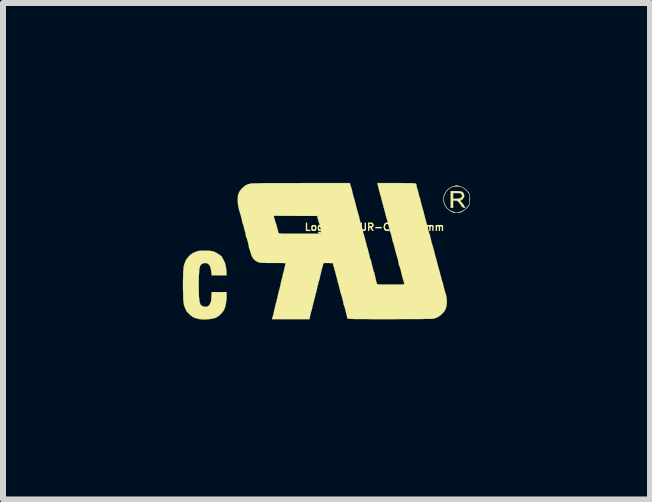
<source format=kicad_pcb>
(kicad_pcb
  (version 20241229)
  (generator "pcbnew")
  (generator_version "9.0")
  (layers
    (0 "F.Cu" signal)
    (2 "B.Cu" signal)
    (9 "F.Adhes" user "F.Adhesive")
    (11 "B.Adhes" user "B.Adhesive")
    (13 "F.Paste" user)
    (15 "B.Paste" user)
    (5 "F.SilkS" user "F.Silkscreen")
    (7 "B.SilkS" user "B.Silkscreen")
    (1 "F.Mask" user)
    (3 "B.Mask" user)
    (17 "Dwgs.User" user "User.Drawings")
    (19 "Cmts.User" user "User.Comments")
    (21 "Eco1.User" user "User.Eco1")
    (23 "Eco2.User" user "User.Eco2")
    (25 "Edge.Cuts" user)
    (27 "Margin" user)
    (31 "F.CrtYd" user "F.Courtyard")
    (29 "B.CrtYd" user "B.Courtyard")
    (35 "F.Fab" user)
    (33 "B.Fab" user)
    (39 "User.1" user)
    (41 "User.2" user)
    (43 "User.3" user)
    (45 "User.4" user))
  (footprint "Logo_silk_UR-C_5x2.5mm"
    (layer "F.Cu")
    (at 2.394 1.137)
    (property "Reference" "Logo_silk_UR-C_5x2.5mm" (at 0.8 -0.4 0) (layer "F.SilkS") (effects (font (size 0.119 0.119) (thickness 0.023))))
    (attr exclude_from_pos_files exclude_from_bom)
    (fp_poly (pts (xy 2.316 -0.729) (xy 2.311 -0.724) (xy 2.299 -0.724) (xy 2.281 -0.726) (xy 2.268 -0.732) (xy 2.266 -0.734) (xy 2.253 -0.749) (xy 2.243 -0.765) (xy 2.233 -0.782) (xy 2.217 -0.8) (xy 2.207 -0.813) (xy 2.189 -0.831) (xy 2.177 -0.838) (xy 2.162 -0.841) (xy 2.144 -0.841) (xy 2.111 -0.841) (xy 2.111 -0.782) (xy 2.111 -0.721) (xy 2.09 -0.721) (xy 2.07 -0.721) (xy 2.07 -0.861) (xy 2.07 -1.001) (xy 2.151 -1.001) (xy 2.195 -1.001) (xy 2.228 -0.998) (xy 2.253 -0.991) (xy 2.271 -0.983) (xy 2.283 -0.968) (xy 2.286 -0.963) (xy 2.296 -0.93) (xy 2.294 -0.902) (xy 2.276 -0.874) (xy 2.261 -0.859) (xy 2.261 -0.917) (xy 2.258 -0.937) (xy 2.248 -0.95) (xy 2.238 -0.96) (xy 2.228 -0.965) (xy 2.215 -0.968) (xy 2.195 -0.968) (xy 2.172 -0.968) (xy 2.111 -0.968) (xy 2.111 -0.919) (xy 2.111 -0.871) (xy 2.162 -0.874) (xy 2.189 -0.874) (xy 2.215 -0.879) (xy 2.23 -0.881) (xy 2.253 -0.899) (xy 2.261 -0.917) (xy 2.261 -0.859) (xy 2.245 -0.848) (xy 2.24 -0.846) (xy 2.233 -0.843) (xy 2.23 -0.838) (xy 2.235 -0.831) (xy 2.25 -0.815) (xy 2.253 -0.813) (xy 2.271 -0.792) (xy 2.286 -0.772) (xy 2.291 -0.759) (xy 2.301 -0.744) (xy 2.309 -0.737) (xy 2.316 -0.732) (xy 2.316 -0.729)) (stroke (width 0.003) (type solid)) (fill yes) (layer "F.SilkS"))
    (fp_poly (pts (xy 2.393 -0.869) (xy 2.39 -0.823) (xy 2.385 -0.787) (xy 2.385 -0.861) (xy 2.385 -0.866) (xy 2.385 -0.899) (xy 2.385 -0.922) (xy 2.383 -0.937) (xy 2.377 -0.953) (xy 2.37 -0.965) (xy 2.367 -0.968) (xy 2.347 -0.993) (xy 2.322 -1.021) (xy 2.291 -1.046) (xy 2.261 -1.064) (xy 2.256 -1.067) (xy 2.23 -1.074) (xy 2.195 -1.077) (xy 2.156 -1.077) (xy 2.121 -1.074) (xy 2.088 -1.064) (xy 2.08 -1.062) (xy 2.04 -1.036) (xy 2.004 -1.001) (xy 1.976 -0.955) (xy 1.958 -0.904) (xy 1.953 -0.859) (xy 1.961 -0.813) (xy 1.981 -0.765) (xy 2.009 -0.721) (xy 2.019 -0.711) (xy 2.04 -0.691) (xy 2.068 -0.676) (xy 2.093 -0.663) (xy 2.116 -0.655) (xy 2.121 -0.655) (xy 2.134 -0.653) (xy 2.141 -0.65) (xy 2.149 -0.645) (xy 2.167 -0.643) (xy 2.174 -0.643) (xy 2.192 -0.645) (xy 2.205 -0.648) (xy 2.207 -0.65) (xy 2.215 -0.655) (xy 2.225 -0.655) (xy 2.248 -0.66) (xy 2.273 -0.676) (xy 2.304 -0.693) (xy 2.332 -0.719) (xy 2.355 -0.744) (xy 2.367 -0.762) (xy 2.375 -0.777) (xy 2.38 -0.79) (xy 2.383 -0.808) (xy 2.385 -0.828) (xy 2.385 -0.861) (xy 2.385 -0.787) (xy 2.375 -0.757) (xy 2.357 -0.732) (xy 2.332 -0.709) (xy 2.294 -0.681) (xy 2.286 -0.673) (xy 2.261 -0.658) (xy 2.243 -0.648) (xy 2.225 -0.643) (xy 2.202 -0.64) (xy 2.189 -0.64) (xy 2.164 -0.64) (xy 2.139 -0.64) (xy 2.123 -0.64) (xy 2.101 -0.648) (xy 2.073 -0.663) (xy 2.042 -0.683) (xy 2.019 -0.704) (xy 2.009 -0.711) (xy 1.984 -0.744) (xy 1.963 -0.785) (xy 1.951 -0.828) (xy 1.948 -0.843) (xy 1.948 -0.886) (xy 1.958 -0.93) (xy 1.979 -0.975) (xy 2.007 -1.013) (xy 2.019 -1.026) (xy 2.045 -1.046) (xy 2.073 -1.064) (xy 2.101 -1.077) (xy 2.121 -1.082) (xy 2.136 -1.085) (xy 2.141 -1.087) (xy 2.149 -1.092) (xy 2.167 -1.095) (xy 2.187 -1.095) (xy 2.202 -1.09) (xy 2.207 -1.087) (xy 2.223 -1.082) (xy 2.243 -1.077) (xy 2.245 -1.074) (xy 2.268 -1.064) (xy 2.296 -1.049) (xy 2.324 -1.026) (xy 2.349 -1.001) (xy 2.37 -0.978) (xy 2.377 -0.965) (xy 2.385 -0.95) (xy 2.388 -0.935) (xy 2.39 -0.912) (xy 2.393 -0.884) (xy 2.393 -0.869)) (stroke (width 0.003) (type solid)) (fill yes) (layer "F.SilkS"))
    (fp_poly (pts (xy -1.664 0.404) (xy -1.791 0.404) (xy -1.915 0.404) (xy -1.92 0.348) (xy -1.928 0.302) (xy -1.938 0.262) (xy -1.956 0.231) (xy -1.976 0.211) (xy -1.986 0.206) (xy -2.022 0.198) (xy -2.052 0.203) (xy -2.08 0.216) (xy -2.101 0.236) (xy -2.106 0.246) (xy -2.113 0.272) (xy -2.121 0.307) (xy -2.123 0.358) (xy -2.129 0.417) (xy -2.129 0.485) (xy -2.131 0.556) (xy -2.129 0.635) (xy -2.129 0.704) (xy -2.126 0.762) (xy -2.121 0.808) (xy -2.116 0.843) (xy -2.108 0.871) (xy -2.101 0.889) (xy -2.093 0.899) (xy -2.068 0.917) (xy -2.037 0.927) (xy -2.004 0.927) (xy -1.984 0.922) (xy -1.966 0.912) (xy -1.951 0.894) (xy -1.941 0.876) (xy -1.938 0.869) (xy -1.933 0.856) (xy -1.93 0.853) (xy -1.928 0.846) (xy -1.923 0.828) (xy -1.92 0.798) (xy -1.92 0.767) (xy -1.915 0.683) (xy -1.791 0.683) (xy -1.666 0.683) (xy -1.666 0.744) (xy -1.666 0.79) (xy -1.671 0.838) (xy -1.679 0.884) (xy -1.687 0.925) (xy -1.694 0.945) (xy -1.714 0.991) (xy -1.748 1.034) (xy -1.786 1.072) (xy -1.829 1.102) (xy -1.839 1.107) (xy -1.864 1.118) (xy -1.9 1.125) (xy -1.943 1.133) (xy -1.989 1.138) (xy -2.035 1.14) (xy -2.078 1.138) (xy -2.113 1.135) (xy -2.123 1.133) (xy -2.154 1.125) (xy -2.184 1.118) (xy -2.21 1.107) (xy -2.23 1.1) (xy -2.238 1.092) (xy -2.238 1.09) (xy -2.248 1.082) (xy -2.253 1.082) (xy -2.261 1.077) (xy -2.273 1.064) (xy -2.291 1.049) (xy -2.309 1.029) (xy -2.327 1.011) (xy -2.337 0.998) (xy -2.342 0.988) (xy -2.344 0.98) (xy -2.352 0.963) (xy -2.355 0.958) (xy -2.362 0.94) (xy -2.365 0.93) (xy -2.367 0.93) (xy -2.37 0.919) (xy -2.37 0.914) (xy -2.377 0.897) (xy -2.38 0.874) (xy -2.385 0.846) (xy -2.388 0.808) (xy -2.39 0.762) (xy -2.39 0.704) (xy -2.393 0.638) (xy -2.393 0.566) (xy -2.393 0.483) (xy -2.39 0.411) (xy -2.39 0.351) (xy -2.385 0.302) (xy -2.383 0.264) (xy -2.377 0.239) (xy -2.372 0.221) (xy -2.37 0.216) (xy -2.367 0.206) (xy -2.365 0.206) (xy -2.355 0.17) (xy -2.332 0.132) (xy -2.304 0.097) (xy -2.273 0.064) (xy -2.24 0.041) (xy -2.228 0.033) (xy -2.195 0.018) (xy -2.172 0.008) (xy -2.156 0.003) (xy -2.154 0.003) (xy -2.141 0) (xy -2.134 -0.003) (xy -2.121 -0.005) (xy -2.098 -0.008) (xy -2.068 -0.008) (xy -2.037 -0.008) (xy -2.002 -0.008) (xy -1.971 -0.008) (xy -1.946 -0.005) (xy -1.928 -0.003) (xy -1.923 0) (xy -1.913 0.003) (xy -1.908 0) (xy -1.9 0) (xy -1.89 0.003) (xy -1.875 0.01) (xy -1.854 0.02) (xy -1.836 0.028) (xy -1.814 0.041) (xy -1.791 0.056) (xy -1.77 0.071) (xy -1.753 0.086) (xy -1.74 0.099) (xy -1.737 0.107) (xy -1.735 0.114) (xy -1.727 0.13) (xy -1.717 0.145) (xy -1.694 0.193) (xy -1.679 0.251) (xy -1.669 0.32) (xy -1.669 0.335) (xy -1.664 0.404)) (stroke (width 0.003) (type solid)) (fill yes) (layer "F.SilkS"))
    (fp_poly (pts (xy 2.007 0.841) (xy 2.004 0.899) (xy 1.991 0.953) (xy 1.976 0.986) (xy 1.943 1.031) (xy 1.902 1.069) (xy 1.854 1.102) (xy 1.801 1.123) (xy 1.775 1.128) (xy 1.763 1.128) (xy 1.735 1.13) (xy 1.699 1.13) (xy 1.648 1.13) (xy 1.59 1.133) (xy 1.519 1.133) (xy 1.44 1.133) (xy 1.351 1.133) (xy 1.255 1.133) (xy 1.151 1.135) (xy 1.049 1.135) (xy 0.937 1.135) (xy 0.838 1.135) (xy 0.749 1.135) (xy 0.673 1.133) (xy 0.607 1.133) (xy 0.551 1.133) (xy 0.503 1.133) (xy 0.462 1.133) (xy 0.429 1.13) (xy 0.404 1.13) (xy 0.384 1.128) (xy 0.368 1.128) (xy 0.358 1.125) (xy 0.351 1.123) (xy 0.348 1.12) (xy 0.345 1.118) (xy 0.343 1.113) (xy 0.343 1.107) (xy 0.343 1.097) (xy 0.338 1.074) (xy 0.33 1.046) (xy 0.323 1.016) (xy 0.315 0.983) (xy 0.307 0.953) (xy 0.3 0.93) (xy 0.295 0.912) (xy 0.287 0.894) (xy 0.284 0.884) (xy 0.284 0.881) (xy 0.282 0.871) (xy 0.279 0.851) (xy 0.272 0.823) (xy 0.264 0.795) (xy 0.259 0.767) (xy 0.251 0.742) (xy 0.246 0.724) (xy 0.244 0.719) (xy 0.239 0.706) (xy 0.231 0.681) (xy 0.224 0.648) (xy 0.213 0.607) (xy 0.203 0.561) (xy 0.198 0.541) (xy 0.193 0.528) (xy 0.191 0.523) (xy 0.185 0.518) (xy 0.185 0.511) (xy 0.185 0.495) (xy 0.183 0.49) (xy 0.18 0.48) (xy 0.175 0.46) (xy 0.168 0.432) (xy 0.16 0.404) (xy 0.152 0.373) (xy 0.147 0.348) (xy 0.14 0.328) (xy 0.137 0.32) (xy 0.132 0.31) (xy 0.135 0.305) (xy 0.135 0.297) (xy 0.132 0.297) (xy 0.13 0.29) (xy 0.124 0.272) (xy 0.117 0.249) (xy 0.107 0.201) (xy 0.028 0.198) (xy -0.005 0.198) (xy -0.028 0.198) (xy -0.043 0.201) (xy -0.051 0.208) (xy -0.058 0.221) (xy -0.061 0.241) (xy -0.066 0.262) (xy -0.071 0.282) (xy -0.076 0.297) (xy -0.076 0.3) (xy -0.076 -0.295) (xy -0.084 -0.305) (xy -0.084 -0.307) (xy -0.086 -0.32) (xy -0.091 -0.34) (xy -0.097 -0.368) (xy -0.104 -0.399) (xy -0.112 -0.429) (xy -0.119 -0.457) (xy -0.127 -0.48) (xy -0.132 -0.493) (xy -0.132 -0.495) (xy -0.137 -0.508) (xy -0.135 -0.513) (xy -0.135 -0.521) (xy -0.137 -0.523) (xy -0.142 -0.528) (xy -0.147 -0.544) (xy -0.15 -0.554) (xy -0.155 -0.587) (xy -0.518 -0.587) (xy -0.881 -0.589) (xy -0.864 -0.526) (xy -0.856 -0.498) (xy -0.848 -0.475) (xy -0.843 -0.46) (xy -0.843 -0.457) (xy -0.838 -0.45) (xy -0.833 -0.432) (xy -0.831 -0.417) (xy -0.823 -0.389) (xy -0.813 -0.356) (xy -0.81 -0.343) (xy -0.805 -0.323) (xy -0.8 -0.305) (xy -0.798 -0.3) (xy -0.795 -0.297) (xy -0.787 -0.295) (xy -0.77 -0.295) (xy -0.747 -0.292) (xy -0.716 -0.292) (xy -0.676 -0.292) (xy -0.625 -0.292) (xy -0.564 -0.292) (xy -0.49 -0.292) (xy -0.432 -0.292) (xy -0.363 -0.292) (xy -0.3 -0.292) (xy -0.244 -0.292) (xy -0.193 -0.292) (xy -0.15 -0.292) (xy -0.114 -0.295) (xy -0.091 -0.295) (xy -0.079 -0.295) (xy -0.076 -0.295) (xy -0.076 0.3) (xy -0.079 0.305) (xy -0.081 0.312) (xy -0.086 0.33) (xy -0.091 0.356) (xy -0.099 0.389) (xy -0.104 0.411) (xy -0.112 0.445) (xy -0.119 0.478) (xy -0.127 0.5) (xy -0.132 0.516) (xy -0.135 0.518) (xy -0.137 0.526) (xy -0.137 0.531) (xy -0.135 0.544) (xy -0.137 0.546) (xy -0.142 0.556) (xy -0.147 0.574) (xy -0.152 0.602) (xy -0.16 0.632) (xy -0.16 0.635) (xy -0.168 0.668) (xy -0.175 0.696) (xy -0.18 0.714) (xy -0.185 0.724) (xy -0.188 0.737) (xy -0.185 0.739) (xy -0.188 0.752) (xy -0.191 0.757) (xy -0.193 0.767) (xy -0.198 0.787) (xy -0.206 0.813) (xy -0.213 0.846) (xy -0.218 0.861) (xy -0.226 0.897) (xy -0.234 0.927) (xy -0.239 0.953) (xy -0.244 0.968) (xy -0.244 0.973) (xy -0.249 0.983) (xy -0.254 1.006) (xy -0.262 1.031) (xy -0.264 1.044) (xy -0.272 1.072) (xy -0.277 1.097) (xy -0.279 1.115) (xy -0.282 1.12) (xy -0.284 1.135) (xy -0.597 1.135) (xy -0.909 1.135) (xy -0.904 1.113) (xy -0.899 1.095) (xy -0.894 1.085) (xy -0.892 1.077) (xy -0.886 1.057) (xy -0.881 1.029) (xy -0.874 0.996) (xy -0.864 0.96) (xy -0.856 0.922) (xy -0.851 0.894) (xy -0.848 0.879) (xy -0.843 0.866) (xy -0.838 0.856) (xy -0.833 0.838) (xy -0.828 0.81) (xy -0.82 0.777) (xy -0.815 0.759) (xy -0.808 0.724) (xy -0.8 0.691) (xy -0.795 0.665) (xy -0.79 0.65) (xy -0.787 0.645) (xy -0.785 0.635) (xy -0.78 0.615) (xy -0.772 0.584) (xy -0.765 0.551) (xy -0.762 0.536) (xy -0.754 0.5) (xy -0.747 0.47) (xy -0.739 0.445) (xy -0.737 0.429) (xy -0.734 0.424) (xy -0.729 0.411) (xy -0.732 0.406) (xy -0.732 0.399) (xy -0.729 0.394) (xy -0.726 0.386) (xy -0.721 0.366) (xy -0.714 0.34) (xy -0.706 0.307) (xy -0.706 0.305) (xy -0.699 0.272) (xy -0.691 0.244) (xy -0.686 0.224) (xy -0.683 0.213) (xy -0.681 0.213) (xy -0.678 0.206) (xy -0.681 0.203) (xy -0.688 0.201) (xy -0.706 0.201) (xy -0.737 0.198) (xy -0.775 0.198) (xy -0.818 0.198) (xy -0.866 0.198) (xy -0.886 0.198) (xy -0.937 0.198) (xy -0.988 0.198) (xy -1.031 0.196) (xy -1.069 0.196) (xy -1.1 0.193) (xy -1.118 0.191) (xy -1.12 0.191) (xy -1.156 0.178) (xy -1.191 0.155) (xy -1.222 0.124) (xy -1.245 0.086) (xy -1.26 0.048) (xy -1.262 0.033) (xy -1.267 0.015) (xy -1.273 0.005) (xy -1.273 0.003) (xy -1.278 -0.003) (xy -1.275 -0.013) (xy -1.275 -0.023) (xy -1.278 -0.025) (xy -1.285 -0.03) (xy -1.288 -0.046) (xy -1.29 -0.046) (xy -1.295 -0.074) (xy -1.3 -0.104) (xy -1.308 -0.137) (xy -1.316 -0.168) (xy -1.323 -0.193) (xy -1.328 -0.211) (xy -1.333 -0.221) (xy -1.339 -0.231) (xy -1.344 -0.249) (xy -1.344 -0.251) (xy -1.349 -0.282) (xy -1.356 -0.318) (xy -1.367 -0.351) (xy -1.374 -0.381) (xy -1.379 -0.406) (xy -1.384 -0.424) (xy -1.387 -0.427) (xy -1.389 -0.439) (xy -1.397 -0.46) (xy -1.405 -0.488) (xy -1.412 -0.521) (xy -1.412 -0.531) (xy -1.422 -0.564) (xy -1.43 -0.597) (xy -1.438 -0.622) (xy -1.443 -0.638) (xy -1.443 -0.64) (xy -1.453 -0.668) (xy -1.463 -0.706) (xy -1.471 -0.752) (xy -1.478 -0.795) (xy -1.481 -0.838) (xy -1.481 -0.861) (xy -1.478 -0.917) (xy -1.466 -0.963) (xy -1.445 -1.003) (xy -1.412 -1.044) (xy -1.407 -1.049) (xy -1.364 -1.087) (xy -1.316 -1.113) (xy -1.26 -1.128) (xy -1.257 -1.128) (xy -1.245 -1.128) (xy -1.219 -1.13) (xy -1.181 -1.13) (xy -1.13 -1.13) (xy -1.067 -1.133) (xy -0.996 -1.133) (xy -0.912 -1.133) (xy -0.815 -1.133) (xy -0.714 -1.133) (xy -0.599 -1.133) (xy -0.478 -1.133) (xy -0.411 -1.135) (xy 0.391 -1.135) (xy 0.394 -1.115) (xy 0.399 -1.1) (xy 0.404 -1.092) (xy 0.406 -1.079) (xy 0.406 -1.077) (xy 0.411 -1.067) (xy 0.411 -1.062) (xy 0.414 -1.052) (xy 0.422 -1.031) (xy 0.427 -1.003) (xy 0.434 -0.97) (xy 0.437 -0.965) (xy 0.445 -0.932) (xy 0.452 -0.902) (xy 0.46 -0.879) (xy 0.462 -0.866) (xy 0.465 -0.866) (xy 0.467 -0.853) (xy 0.472 -0.833) (xy 0.48 -0.805) (xy 0.49 -0.772) (xy 0.49 -0.765) (xy 0.498 -0.732) (xy 0.505 -0.704) (xy 0.513 -0.681) (xy 0.516 -0.668) (xy 0.516 -0.665) (xy 0.521 -0.655) (xy 0.526 -0.632) (xy 0.533 -0.605) (xy 0.544 -0.572) (xy 0.544 -0.569) (xy 0.551 -0.536) (xy 0.559 -0.508) (xy 0.564 -0.485) (xy 0.569 -0.475) (xy 0.569 -0.472) (xy 0.574 -0.462) (xy 0.579 -0.442) (xy 0.587 -0.414) (xy 0.594 -0.386) (xy 0.599 -0.356) (xy 0.607 -0.333) (xy 0.61 -0.315) (xy 0.61 -0.31) (xy 0.612 -0.3) (xy 0.62 -0.284) (xy 0.62 -0.282) (xy 0.625 -0.267) (xy 0.632 -0.244) (xy 0.64 -0.213) (xy 0.648 -0.178) (xy 0.65 -0.175) (xy 0.658 -0.142) (xy 0.665 -0.114) (xy 0.671 -0.091) (xy 0.673 -0.079) (xy 0.678 -0.066) (xy 0.681 -0.061) (xy 0.683 -0.051) (xy 0.686 -0.046) (xy 0.688 -0.036) (xy 0.693 -0.015) (xy 0.699 0.01) (xy 0.706 0.036) (xy 0.714 0.066) (xy 0.719 0.091) (xy 0.724 0.109) (xy 0.726 0.119) (xy 0.729 0.132) (xy 0.729 0.137) (xy 0.734 0.145) (xy 0.737 0.145) (xy 0.742 0.15) (xy 0.742 0.155) (xy 0.744 0.165) (xy 0.749 0.188) (xy 0.754 0.213) (xy 0.762 0.244) (xy 0.77 0.274) (xy 0.777 0.302) (xy 0.782 0.325) (xy 0.787 0.338) (xy 0.787 0.34) (xy 0.792 0.348) (xy 0.798 0.368) (xy 0.805 0.396) (xy 0.813 0.429) (xy 0.815 0.445) (xy 0.823 0.478) (xy 0.831 0.508) (xy 0.838 0.531) (xy 0.843 0.546) (xy 0.843 0.549) (xy 0.848 0.551) (xy 0.861 0.554) (xy 0.879 0.554) (xy 0.907 0.556) (xy 0.945 0.556) (xy 0.996 0.556) (xy 1.054 0.556) (xy 1.074 0.556) (xy 1.135 0.556) (xy 1.186 0.556) (xy 1.224 0.556) (xy 1.252 0.556) (xy 1.273 0.554) (xy 1.285 0.554) (xy 1.293 0.551) (xy 1.298 0.549) (xy 1.298 0.546) (xy 1.293 0.531) (xy 1.29 0.513) (xy 1.285 0.498) (xy 1.28 0.488) (xy 1.278 0.478) (xy 1.273 0.46) (xy 1.265 0.432) (xy 1.257 0.401) (xy 1.255 0.391) (xy 1.247 0.358) (xy 1.24 0.328) (xy 1.234 0.305) (xy 1.229 0.292) (xy 1.224 0.277) (xy 1.224 0.274) (xy 1.222 0.264) (xy 1.214 0.249) (xy 1.209 0.234) (xy 1.206 0.224) (xy 1.206 0.213) (xy 1.201 0.193) (xy 1.196 0.168) (xy 1.189 0.137) (xy 1.181 0.109) (xy 1.173 0.084) (xy 1.168 0.069) (xy 1.168 0.061) (xy 1.163 0.051) (xy 1.158 0.028) (xy 1.151 0.003) (xy 1.143 -0.028) (xy 1.135 -0.058) (xy 1.128 -0.086) (xy 1.123 -0.109) (xy 1.12 -0.119) (xy 1.12 -0.122) (xy 1.118 -0.13) (xy 1.115 -0.132) (xy 1.113 -0.137) (xy 1.107 -0.152) (xy 1.102 -0.17) (xy 1.09 -0.224) (xy 1.079 -0.267) (xy 1.069 -0.3) (xy 1.064 -0.32) (xy 1.062 -0.328) (xy 1.057 -0.338) (xy 1.052 -0.361) (xy 1.044 -0.389) (xy 1.036 -0.422) (xy 1.034 -0.427) (xy 1.026 -0.46) (xy 1.019 -0.49) (xy 1.013 -0.513) (xy 1.008 -0.526) (xy 1.003 -0.538) (xy 0.998 -0.559) (xy 0.991 -0.587) (xy 0.983 -0.62) (xy 0.98 -0.625) (xy 0.973 -0.658) (xy 0.965 -0.686) (xy 0.96 -0.709) (xy 0.955 -0.719) (xy 0.953 -0.721) (xy 0.95 -0.734) (xy 0.95 -0.739) (xy 0.95 -0.749) (xy 0.947 -0.754) (xy 0.945 -0.762) (xy 0.94 -0.78) (xy 0.932 -0.805) (xy 0.925 -0.836) (xy 0.917 -0.866) (xy 0.912 -0.892) (xy 0.907 -0.909) (xy 0.902 -0.919) (xy 0.899 -0.93) (xy 0.899 -0.932) (xy 0.894 -0.942) (xy 0.894 -0.947) (xy 0.892 -0.958) (xy 0.886 -0.978) (xy 0.879 -1.003) (xy 0.871 -1.036) (xy 0.864 -1.067) (xy 0.856 -1.097) (xy 0.851 -1.12) (xy 0.848 -1.135) (xy 1.163 -1.135) (xy 1.24 -1.135) (xy 1.3 -1.133) (xy 1.351 -1.133) (xy 1.392 -1.133) (xy 1.425 -1.133) (xy 1.45 -1.13) (xy 1.468 -1.13) (xy 1.478 -1.128) (xy 1.486 -1.128) (xy 1.491 -1.125) (xy 1.499 -1.113) (xy 1.499 -1.105) (xy 1.501 -1.092) (xy 1.501 -1.087) (xy 1.504 -1.077) (xy 1.509 -1.057) (xy 1.516 -1.031) (xy 1.524 -1.006) (xy 1.532 -0.975) (xy 1.537 -0.95) (xy 1.542 -0.932) (xy 1.544 -0.925) (xy 1.547 -0.912) (xy 1.547 -0.907) (xy 1.549 -0.897) (xy 1.552 -0.894) (xy 1.56 -0.889) (xy 1.56 -0.884) (xy 1.562 -0.874) (xy 1.565 -0.853) (xy 1.572 -0.826) (xy 1.58 -0.795) (xy 1.587 -0.765) (xy 1.595 -0.737) (xy 1.6 -0.714) (xy 1.605 -0.701) (xy 1.605 -0.699) (xy 1.61 -0.688) (xy 1.615 -0.665) (xy 1.623 -0.638) (xy 1.631 -0.605) (xy 1.633 -0.599) (xy 1.641 -0.566) (xy 1.648 -0.538) (xy 1.654 -0.516) (xy 1.659 -0.503) (xy 1.661 -0.493) (xy 1.666 -0.472) (xy 1.674 -0.445) (xy 1.681 -0.411) (xy 1.687 -0.401) (xy 1.694 -0.366) (xy 1.702 -0.338) (xy 1.707 -0.318) (xy 1.709 -0.305) (xy 1.712 -0.305) (xy 1.714 -0.297) (xy 1.72 -0.279) (xy 1.727 -0.257) (xy 1.732 -0.229) (xy 1.74 -0.201) (xy 1.745 -0.175) (xy 1.75 -0.155) (xy 1.753 -0.145) (xy 1.755 -0.135) (xy 1.76 -0.117) (xy 1.765 -0.102) (xy 1.773 -0.079) (xy 1.781 -0.048) (xy 1.791 -0.013) (xy 1.796 0.003) (xy 1.803 0.038) (xy 1.811 0.069) (xy 1.819 0.094) (xy 1.824 0.112) (xy 1.824 0.114) (xy 1.829 0.127) (xy 1.834 0.147) (xy 1.841 0.175) (xy 1.849 0.208) (xy 1.852 0.216) (xy 1.859 0.249) (xy 1.867 0.277) (xy 1.875 0.3) (xy 1.877 0.312) (xy 1.877 0.315) (xy 1.882 0.325) (xy 1.887 0.348) (xy 1.895 0.376) (xy 1.902 0.406) (xy 1.905 0.411) (xy 1.913 0.442) (xy 1.92 0.472) (xy 1.925 0.493) (xy 1.93 0.505) (xy 1.935 0.518) (xy 1.941 0.538) (xy 1.948 0.569) (xy 1.956 0.602) (xy 1.958 0.61) (xy 1.966 0.643) (xy 1.974 0.671) (xy 1.981 0.693) (xy 1.984 0.706) (xy 1.989 0.716) (xy 1.994 0.734) (xy 1.999 0.759) (xy 2.002 0.777) (xy 2.007 0.841)) (stroke (width 0.003) (type solid)) (fill yes) (layer "F.SilkS")))
  (gr_rect
    (start -3 -3)
    (end 7.788 5.278)
    (stroke (width 0.1) (type default))
    (fill no)
    (layer "Edge.Cuts")))
</source>
